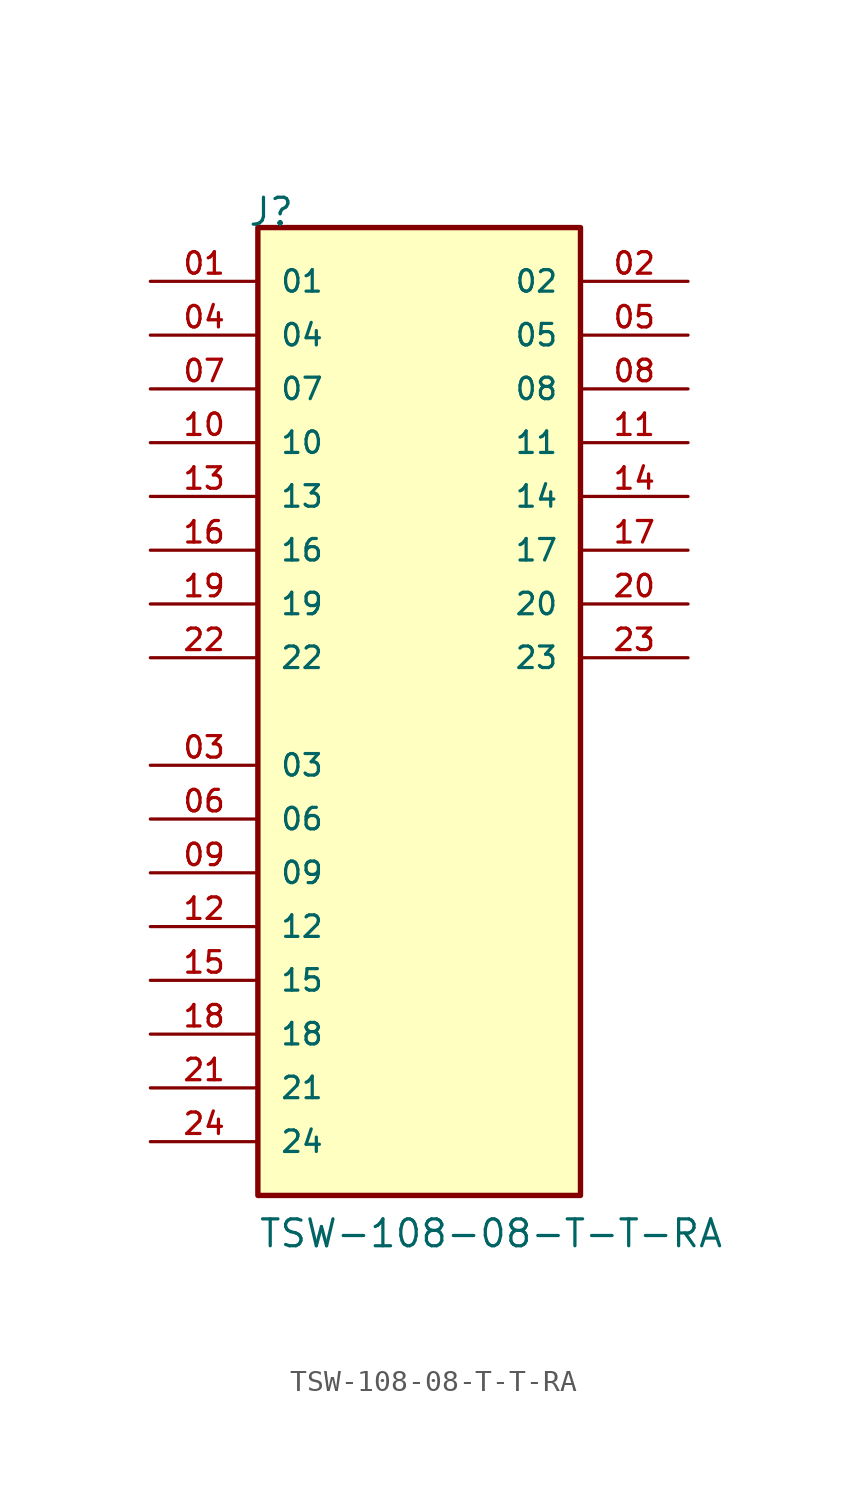
<source format=kicad_sym>
(kicad_symbol_lib
  (version 20211014)
  (generator kicad_symbol_editor)
  (symbol "TSW-108-08-T-T-RA"
    (pin_names
      (offset 1.016))
    (property "Reference" "J"
      (at -8.12 22.86 0)
      (effects (font (size 1.27 1.27)) (justify bottom left)))
    (property "Value" "TSW-108-08-T-T-RA"
      (at -7.62 -25.4 0)
      (effects (font (size 1.27 1.27)) (justify bottom left)))
    (symbol "TSW-108-08-T-T-RA_0_0"
      (rectangle (start -7.62 -22.86) (end 7.62 22.86) (stroke (width 0.254)) (fill (type background)))
      (pin passive line (at -12.7 20.32 0) (length 5.08) (name "01" (effects (font (size 1.016 1.016)))) (number "01" (effects (font (size 1.016 1.016)))))
      (pin passive line (at -12.7 17.78 0) (length 5.08) (name "04" (effects (font (size 1.016 1.016)))) (number "04" (effects (font (size 1.016 1.016)))))
      (pin passive line (at -12.7 15.24 0) (length 5.08) (name "07" (effects (font (size 1.016 1.016)))) (number "07" (effects (font (size 1.016 1.016)))))
      (pin passive line (at -12.7 12.7 0) (length 5.08) (name "10" (effects (font (size 1.016 1.016)))) (number "10" (effects (font (size 1.016 1.016)))))
      (pin passive line (at -12.7 10.16 0) (length 5.08) (name "13" (effects (font (size 1.016 1.016)))) (number "13" (effects (font (size 1.016 1.016)))))
      (pin passive line (at -12.7 7.62 0) (length 5.08) (name "16" (effects (font (size 1.016 1.016)))) (number "16" (effects (font (size 1.016 1.016)))))
      (pin passive line (at -12.7 5.08 0) (length 5.08) (name "19" (effects (font (size 1.016 1.016)))) (number "19" (effects (font (size 1.016 1.016)))))
      (pin passive line (at -12.7 2.54 0) (length 5.08) (name "22" (effects (font (size 1.016 1.016)))) (number "22" (effects (font (size 1.016 1.016)))))
      (pin passive line (at 12.7 20.32 180.0) (length 5.08) (name "02" (effects (font (size 1.016 1.016)))) (number "02" (effects (font (size 1.016 1.016)))))
      (pin passive line (at 12.7 17.78 180.0) (length 5.08) (name "05" (effects (font (size 1.016 1.016)))) (number "05" (effects (font (size 1.016 1.016)))))
      (pin passive line (at 12.7 15.24 180.0) (length 5.08) (name "08" (effects (font (size 1.016 1.016)))) (number "08" (effects (font (size 1.016 1.016)))))
      (pin passive line (at 12.7 12.7 180.0) (length 5.08) (name "11" (effects (font (size 1.016 1.016)))) (number "11" (effects (font (size 1.016 1.016)))))
      (pin passive line (at 12.7 10.16 180.0) (length 5.08) (name "14" (effects (font (size 1.016 1.016)))) (number "14" (effects (font (size 1.016 1.016)))))
      (pin passive line (at 12.7 7.62 180.0) (length 5.08) (name "17" (effects (font (size 1.016 1.016)))) (number "17" (effects (font (size 1.016 1.016)))))
      (pin passive line (at 12.7 5.08 180.0) (length 5.08) (name "20" (effects (font (size 1.016 1.016)))) (number "20" (effects (font (size 1.016 1.016)))))
      (pin passive line (at 12.7 2.54 180.0) (length 5.08) (name "23" (effects (font (size 1.016 1.016)))) (number "23" (effects (font (size 1.016 1.016)))))
      (pin passive line (at -12.7 -2.54 0) (length 5.08) (name "03" (effects (font (size 1.016 1.016)))) (number "03" (effects (font (size 1.016 1.016)))))
      (pin passive line (at -12.7 -5.08 0) (length 5.08) (name "06" (effects (font (size 1.016 1.016)))) (number "06" (effects (font (size 1.016 1.016)))))
      (pin passive line (at -12.7 -7.62 0) (length 5.08) (name "09" (effects (font (size 1.016 1.016)))) (number "09" (effects (font (size 1.016 1.016)))))
      (pin passive line (at -12.7 -10.16 0) (length 5.08) (name "12" (effects (font (size 1.016 1.016)))) (number "12" (effects (font (size 1.016 1.016)))))
      (pin passive line (at -12.7 -12.7 0) (length 5.08) (name "15" (effects (font (size 1.016 1.016)))) (number "15" (effects (font (size 1.016 1.016)))))
      (pin passive line (at -12.7 -15.24 0) (length 5.08) (name "18" (effects (font (size 1.016 1.016)))) (number "18" (effects (font (size 1.016 1.016)))))
      (pin passive line (at -12.7 -17.78 0) (length 5.08) (name "21" (effects (font (size 1.016 1.016)))) (number "21" (effects (font (size 1.016 1.016)))))
      (pin passive line (at -12.7 -20.32 0) (length 5.08) (name "24" (effects (font (size 1.016 1.016)))) (number "24" (effects (font (size 1.016 1.016))))))))
</source>
